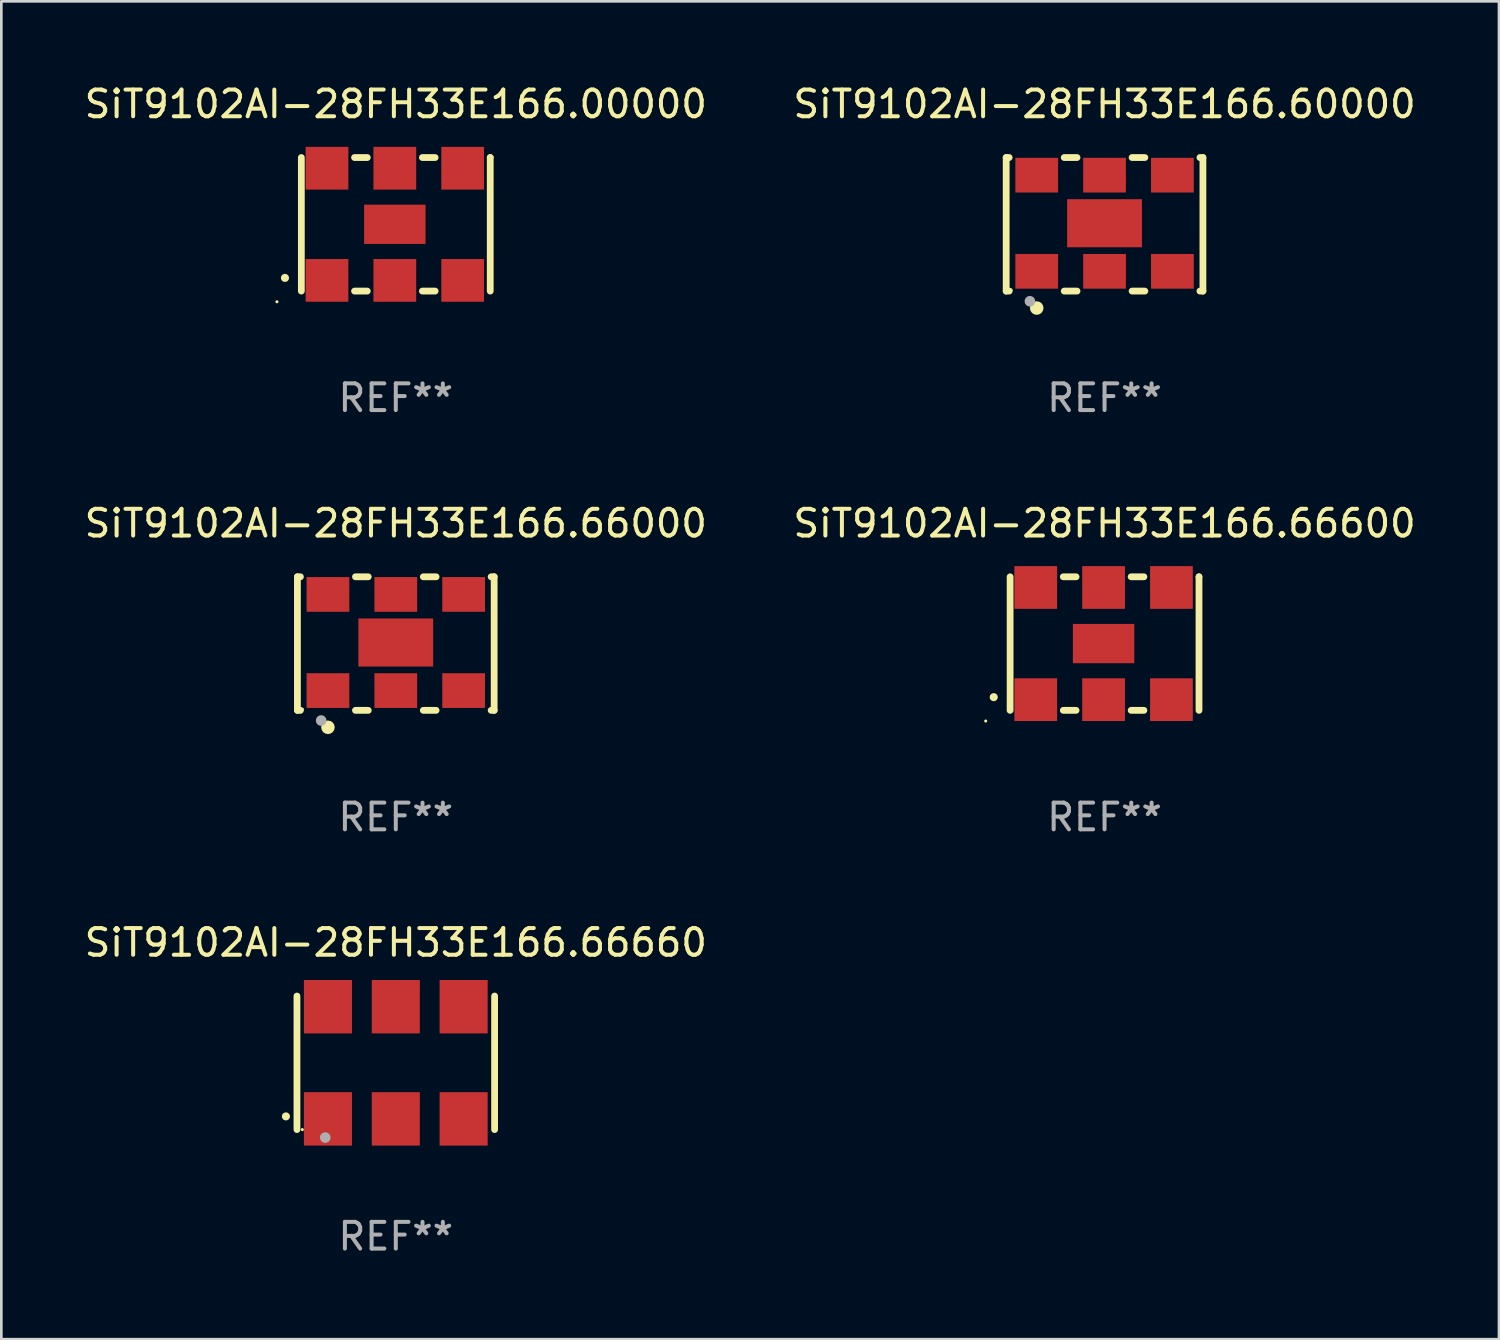
<source format=kicad_pcb>
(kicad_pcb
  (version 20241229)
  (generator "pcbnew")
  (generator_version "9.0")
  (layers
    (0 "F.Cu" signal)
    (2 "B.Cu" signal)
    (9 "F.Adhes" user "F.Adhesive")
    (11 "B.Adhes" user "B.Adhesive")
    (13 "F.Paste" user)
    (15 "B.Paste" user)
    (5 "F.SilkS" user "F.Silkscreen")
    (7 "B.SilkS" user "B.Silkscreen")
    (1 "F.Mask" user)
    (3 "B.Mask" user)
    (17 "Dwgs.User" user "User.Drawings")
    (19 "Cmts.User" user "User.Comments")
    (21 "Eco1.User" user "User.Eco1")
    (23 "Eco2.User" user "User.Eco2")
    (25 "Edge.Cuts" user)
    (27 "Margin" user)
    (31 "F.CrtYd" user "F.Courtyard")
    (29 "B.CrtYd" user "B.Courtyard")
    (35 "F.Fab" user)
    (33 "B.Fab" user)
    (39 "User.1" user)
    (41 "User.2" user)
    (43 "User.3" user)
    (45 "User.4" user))
  (footprint "SiT9102AI-28FH33E166.00000"
    (layer "F.Cu")
    (at 11.768 5.348)
    (property "Reference" "SiT9102AI-28FH33E166.00000" (at 0 -4.5 0) (layer "F.SilkS") (effects (font (size 1 1) (thickness 0.15))))
    (attr through_hole)
    (fp_line (start -3.536 -2.5) (end -3.536 2.5) (stroke (width 0.254) (type solid)) (layer "F.SilkS"))
    (fp_line (start -1.544 2.5) (end -1.067 2.5) (stroke (width 0.254) (type solid)) (layer "F.SilkS"))
    (fp_line (start -1.067 -2.5) (end -1.544 -2.5) (stroke (width 0.254) (type solid)) (layer "F.SilkS"))
    (fp_line (start 0.996 2.5) (end 1.473 2.5) (stroke (width 0.254) (type solid)) (layer "F.SilkS"))
    (fp_line (start 1.473 -2.5) (end 0.996 -2.5) (stroke (width 0.254) (type solid)) (layer "F.SilkS"))
    (fp_line (start 3.536 -2.5) (end 3.536 -2.5) (stroke (width 0.254) (type solid)) (layer "F.SilkS"))
    (fp_line (start 3.536 2.5) (end 3.536 -2.5) (stroke (width 0.254) (type solid)) (layer "F.SilkS"))
    (fp_arc (start -4.150432 2.006604) (mid -4.149162 2.006599) (end -4.147892 2.006604) (stroke (width 0.3) (type solid)) (layer "F.SilkS"))
    (fp_circle (center -4.449 2.9) (end -4.419 2.9) (stroke (width 0.06) (type solid)) (fill no) (layer "F.SilkS"))
    (fp_text user "REF**" (at 0 6.5 0) (layer "F.Fab") (effects (font (size 1 1) (thickness 0.15))))
    (pad "1" smd rect (at -2.576 2.1) (size 1.6 1.6) (layers "F.Cu" "F.Mask" "F.Paste"))
    (pad "2" smd rect (at -0.036 2.1) (size 1.6 1.6) (layers "F.Cu" "F.Mask" "F.Paste"))
    (pad "3" smd rect (at 2.504 2.1) (size 1.6 1.6) (layers "F.Cu" "F.Mask" "F.Paste"))
    (pad "4" smd rect (at 2.504 -2.1) (size 1.6 1.6) (layers "F.Cu" "F.Mask" "F.Paste"))
    (pad "5" smd rect (at -0.036 -2.1) (size 1.6 1.6) (layers "F.Cu" "F.Mask" "F.Paste"))
    (pad "6" smd rect (at -2.576 -2.1) (size 1.6 1.6) (layers "F.Cu" "F.Mask" "F.Paste"))
    (pad "7" smd rect (at -0.036 0) (size 2.3 1.47) (layers "F.Cu" "F.Mask" "F.Paste")))
  (footprint "SiT9102AI-28FH33E166.66660"
    (layer "F.Cu")
    (at 11.768 36.741)
    (property "Reference" "SiT9102AI-28FH33E166.66660" (at 0 -4.5 0) (layer "F.SilkS") (effects (font (size 1 1) (thickness 0.15))))
    (attr through_hole)
    (fp_line (start -3.7 -2.5) (end -3.7 2.5) (stroke (width 0.254) (type solid)) (layer "F.SilkS"))
    (fp_line (start 3.7 -2.5) (end 3.7 2.5) (stroke (width 0.254) (type solid)) (layer "F.SilkS"))
    (fp_arc (start -4.114415 2.006604) (mid -4.113145 2.006599) (end -4.111875 2.006604) (stroke (width 0.3) (type solid)) (layer "F.SilkS"))
    (fp_circle (center -3.5 2.501) (end -3.47 2.501) (stroke (width 0.06) (type solid)) (fill no) (layer "F.SilkS"))
    (fp_circle (center -2.641 2.799) (end -2.541 2.799) (stroke (width 0.2) (type solid)) (fill no) (layer "F.Fab"))
    (fp_text user "REF**" (at 0 6.5 0) (layer "F.Fab") (effects (font (size 1 1) (thickness 0.15))))
    (pad "1" smd rect (at -2.54 2.1) (size 1.8 2) (layers "F.Cu" "F.Mask" "F.Paste"))
    (pad "2" smd rect (at 0.000394 2.1) (size 1.8 2) (layers "F.Cu" "F.Mask" "F.Paste"))
    (pad "3" smd rect (at 2.54 2.1) (size 1.8 2) (layers "F.Cu" "F.Mask" "F.Paste"))
    (pad "4" smd rect (at 2.54 -2.1) (size 1.8 2) (layers "F.Cu" "F.Mask" "F.Paste"))
    (pad "5" smd rect (at 0.000394 -2.1) (size 1.8 2) (layers "F.Cu" "F.Mask" "F.Paste"))
    (pad "6" smd rect (at -2.54 -2.1) (size 1.8 2) (layers "F.Cu" "F.Mask" "F.Paste")))
  (footprint "SiT9102AI-28FH33E166.66000"
    (layer "F.Cu")
    (at 11.768 21.045)
    (property "Reference" "SiT9102AI-28FH33E166.66000" (at 0 -4.5 0) (layer "F.SilkS") (effects (font (size 1 1) (thickness 0.15))))
    (attr through_hole)
    (fp_line (start -3.683 -2.5) (end -3.571 -2.5) (stroke (width 0.254) (type solid)) (layer "F.SilkS"))
    (fp_line (start -3.683 2.5) (end -3.683 -2.5) (stroke (width 0.254) (type solid)) (layer "F.SilkS"))
    (fp_line (start -3.683 2.5) (end -3.571 2.5) (stroke (width 0.254) (type solid)) (layer "F.SilkS"))
    (fp_line (start -1.509 -2.5) (end -1.031 -2.5) (stroke (width 0.254) (type solid)) (layer "F.SilkS"))
    (fp_line (start -1.509 2.5) (end -1.031 2.5) (stroke (width 0.254) (type solid)) (layer "F.SilkS"))
    (fp_line (start 1.031 -2.5) (end 1.509 -2.5) (stroke (width 0.254) (type solid)) (layer "F.SilkS"))
    (fp_line (start 1.031 2.5) (end 1.509 2.5) (stroke (width 0.254) (type solid)) (layer "F.SilkS"))
    (fp_line (start 3.571 -2.5) (end 3.683 -2.5) (stroke (width 0.254) (type solid)) (layer "F.SilkS"))
    (fp_line (start 3.571 2.5) (end 3.683 2.5) (stroke (width 0.254) (type solid)) (layer "F.SilkS"))
    (fp_line (start 3.683 2.5) (end 3.683 -2.5) (stroke (width 0.254) (type solid)) (layer "F.SilkS"))
    (fp_circle (center -3.5 2.46) (end -3.47 2.46) (stroke (width 0.06) (type solid)) (fill no) (layer "F.SilkS"))
    (fp_circle (center -2.54 3.135) (end -2.413 3.135) (stroke (width 0.254) (type solid)) (fill no) (layer "F.SilkS"))
    (fp_circle (center -2.794 2.881) (end -2.694 2.881) (stroke (width 0.2) (type solid)) (fill no) (layer "F.Fab"))
    (fp_text user "REF**" (at 0 6.5 0) (layer "F.Fab") (effects (font (size 1 1) (thickness 0.15))))
    (pad "1" smd rect (at -2.54 1.76) (size 1.6 1.3) (layers "F.Cu" "F.Mask" "F.Paste"))
    (pad "2" smd rect (at 0 1.76) (size 1.6 1.3) (layers "F.Cu" "F.Mask" "F.Paste"))
    (pad "3" smd rect (at 2.54 1.76) (size 1.6 1.3) (layers "F.Cu" "F.Mask" "F.Paste"))
    (pad "4" smd rect (at 2.54 -1.84) (size 1.6 1.3) (layers "F.Cu" "F.Mask" "F.Paste"))
    (pad "5" smd rect (at 0 -1.84) (size 1.6 1.3) (layers "F.Cu" "F.Mask" "F.Paste"))
    (pad "6" smd rect (at -2.54 -1.84) (size 1.6 1.3) (layers "F.Cu" "F.Mask" "F.Paste"))
    (pad "7" smd rect (at 0 -0.04) (size 2.8 1.8) (layers "F.Cu" "F.Mask" "F.Paste")))
  (footprint "SiT9102AI-28FH33E166.66600"
    (layer "F.Cu")
    (at 38.304 21.045)
    (property "Reference" "SiT9102AI-28FH33E166.66600" (at 0 -4.5 0) (layer "F.SilkS") (effects (font (size 1 1) (thickness 0.15))))
    (attr through_hole)
    (fp_line (start -3.536 -2.5) (end -3.536 2.5) (stroke (width 0.254) (type solid)) (layer "F.SilkS"))
    (fp_line (start -1.544 2.5) (end -1.067 2.5) (stroke (width 0.254) (type solid)) (layer "F.SilkS"))
    (fp_line (start -1.067 -2.5) (end -1.544 -2.5) (stroke (width 0.254) (type solid)) (layer "F.SilkS"))
    (fp_line (start 0.996 2.5) (end 1.473 2.5) (stroke (width 0.254) (type solid)) (layer "F.SilkS"))
    (fp_line (start 1.473 -2.5) (end 0.996 -2.5) (stroke (width 0.254) (type solid)) (layer "F.SilkS"))
    (fp_line (start 3.536 -2.5) (end 3.536 -2.5) (stroke (width 0.254) (type solid)) (layer "F.SilkS"))
    (fp_line (start 3.536 2.5) (end 3.536 -2.5) (stroke (width 0.254) (type solid)) (layer "F.SilkS"))
    (fp_arc (start -4.150432 2.006604) (mid -4.149162 2.006599) (end -4.147892 2.006604) (stroke (width 0.3) (type solid)) (layer "F.SilkS"))
    (fp_circle (center -4.449 2.9) (end -4.419 2.9) (stroke (width 0.06) (type solid)) (fill no) (layer "F.SilkS"))
    (fp_text user "REF**" (at 0 6.5 0) (layer "F.Fab") (effects (font (size 1 1) (thickness 0.15))))
    (pad "1" smd rect (at -2.576 2.1) (size 1.6 1.6) (layers "F.Cu" "F.Mask" "F.Paste"))
    (pad "2" smd rect (at -0.036 2.1) (size 1.6 1.6) (layers "F.Cu" "F.Mask" "F.Paste"))
    (pad "3" smd rect (at 2.504 2.1) (size 1.6 1.6) (layers "F.Cu" "F.Mask" "F.Paste"))
    (pad "4" smd rect (at 2.504 -2.1) (size 1.6 1.6) (layers "F.Cu" "F.Mask" "F.Paste"))
    (pad "5" smd rect (at -0.036 -2.1) (size 1.6 1.6) (layers "F.Cu" "F.Mask" "F.Paste"))
    (pad "6" smd rect (at -2.576 -2.1) (size 1.6 1.6) (layers "F.Cu" "F.Mask" "F.Paste"))
    (pad "7" smd rect (at -0.036 0) (size 2.3 1.47) (layers "F.Cu" "F.Mask" "F.Paste")))
  (footprint "SiT9102AI-28FH33E166.60000"
    (layer "F.Cu")
    (at 38.304 5.348)
    (property "Reference" "SiT9102AI-28FH33E166.60000" (at 0 -4.5 0) (layer "F.SilkS") (effects (font (size 1 1) (thickness 0.15))))
    (attr through_hole)
    (fp_line (start -3.683 -2.5) (end -3.571 -2.5) (stroke (width 0.254) (type solid)) (layer "F.SilkS"))
    (fp_line (start -3.683 2.5) (end -3.683 -2.5) (stroke (width 0.254) (type solid)) (layer "F.SilkS"))
    (fp_line (start -3.683 2.5) (end -3.571 2.5) (stroke (width 0.254) (type solid)) (layer "F.SilkS"))
    (fp_line (start -1.509 -2.5) (end -1.031 -2.5) (stroke (width 0.254) (type solid)) (layer "F.SilkS"))
    (fp_line (start -1.509 2.5) (end -1.031 2.5) (stroke (width 0.254) (type solid)) (layer "F.SilkS"))
    (fp_line (start 1.031 -2.5) (end 1.509 -2.5) (stroke (width 0.254) (type solid)) (layer "F.SilkS"))
    (fp_line (start 1.031 2.5) (end 1.509 2.5) (stroke (width 0.254) (type solid)) (layer "F.SilkS"))
    (fp_line (start 3.571 -2.5) (end 3.683 -2.5) (stroke (width 0.254) (type solid)) (layer "F.SilkS"))
    (fp_line (start 3.571 2.5) (end 3.683 2.5) (stroke (width 0.254) (type solid)) (layer "F.SilkS"))
    (fp_line (start 3.683 2.5) (end 3.683 -2.5) (stroke (width 0.254) (type solid)) (layer "F.SilkS"))
    (fp_circle (center -3.5 2.46) (end -3.47 2.46) (stroke (width 0.06) (type solid)) (fill no) (layer "F.SilkS"))
    (fp_circle (center -2.54 3.135) (end -2.413 3.135) (stroke (width 0.254) (type solid)) (fill no) (layer "F.SilkS"))
    (fp_circle (center -2.794 2.881) (end -2.694 2.881) (stroke (width 0.2) (type solid)) (fill no) (layer "F.Fab"))
    (fp_text user "REF**" (at 0 6.5 0) (layer "F.Fab") (effects (font (size 1 1) (thickness 0.15))))
    (pad "1" smd rect (at -2.54 1.76) (size 1.6 1.3) (layers "F.Cu" "F.Mask" "F.Paste"))
    (pad "2" smd rect (at 0 1.76) (size 1.6 1.3) (layers "F.Cu" "F.Mask" "F.Paste"))
    (pad "3" smd rect (at 2.54 1.76) (size 1.6 1.3) (layers "F.Cu" "F.Mask" "F.Paste"))
    (pad "4" smd rect (at 2.54 -1.84) (size 1.6 1.3) (layers "F.Cu" "F.Mask" "F.Paste"))
    (pad "5" smd rect (at 0 -1.84) (size 1.6 1.3) (layers "F.Cu" "F.Mask" "F.Paste"))
    (pad "6" smd rect (at -2.54 -1.84) (size 1.6 1.3) (layers "F.Cu" "F.Mask" "F.Paste"))
    (pad "7" smd rect (at 0 -0.04) (size 2.8 1.8) (layers "F.Cu" "F.Mask" "F.Paste")))
  (gr_rect
    (start -3 -3)
    (end 53.071 47.09)
    (stroke (width 0.1) (type default))
    (fill no)
    (layer "Edge.Cuts")))
</source>
